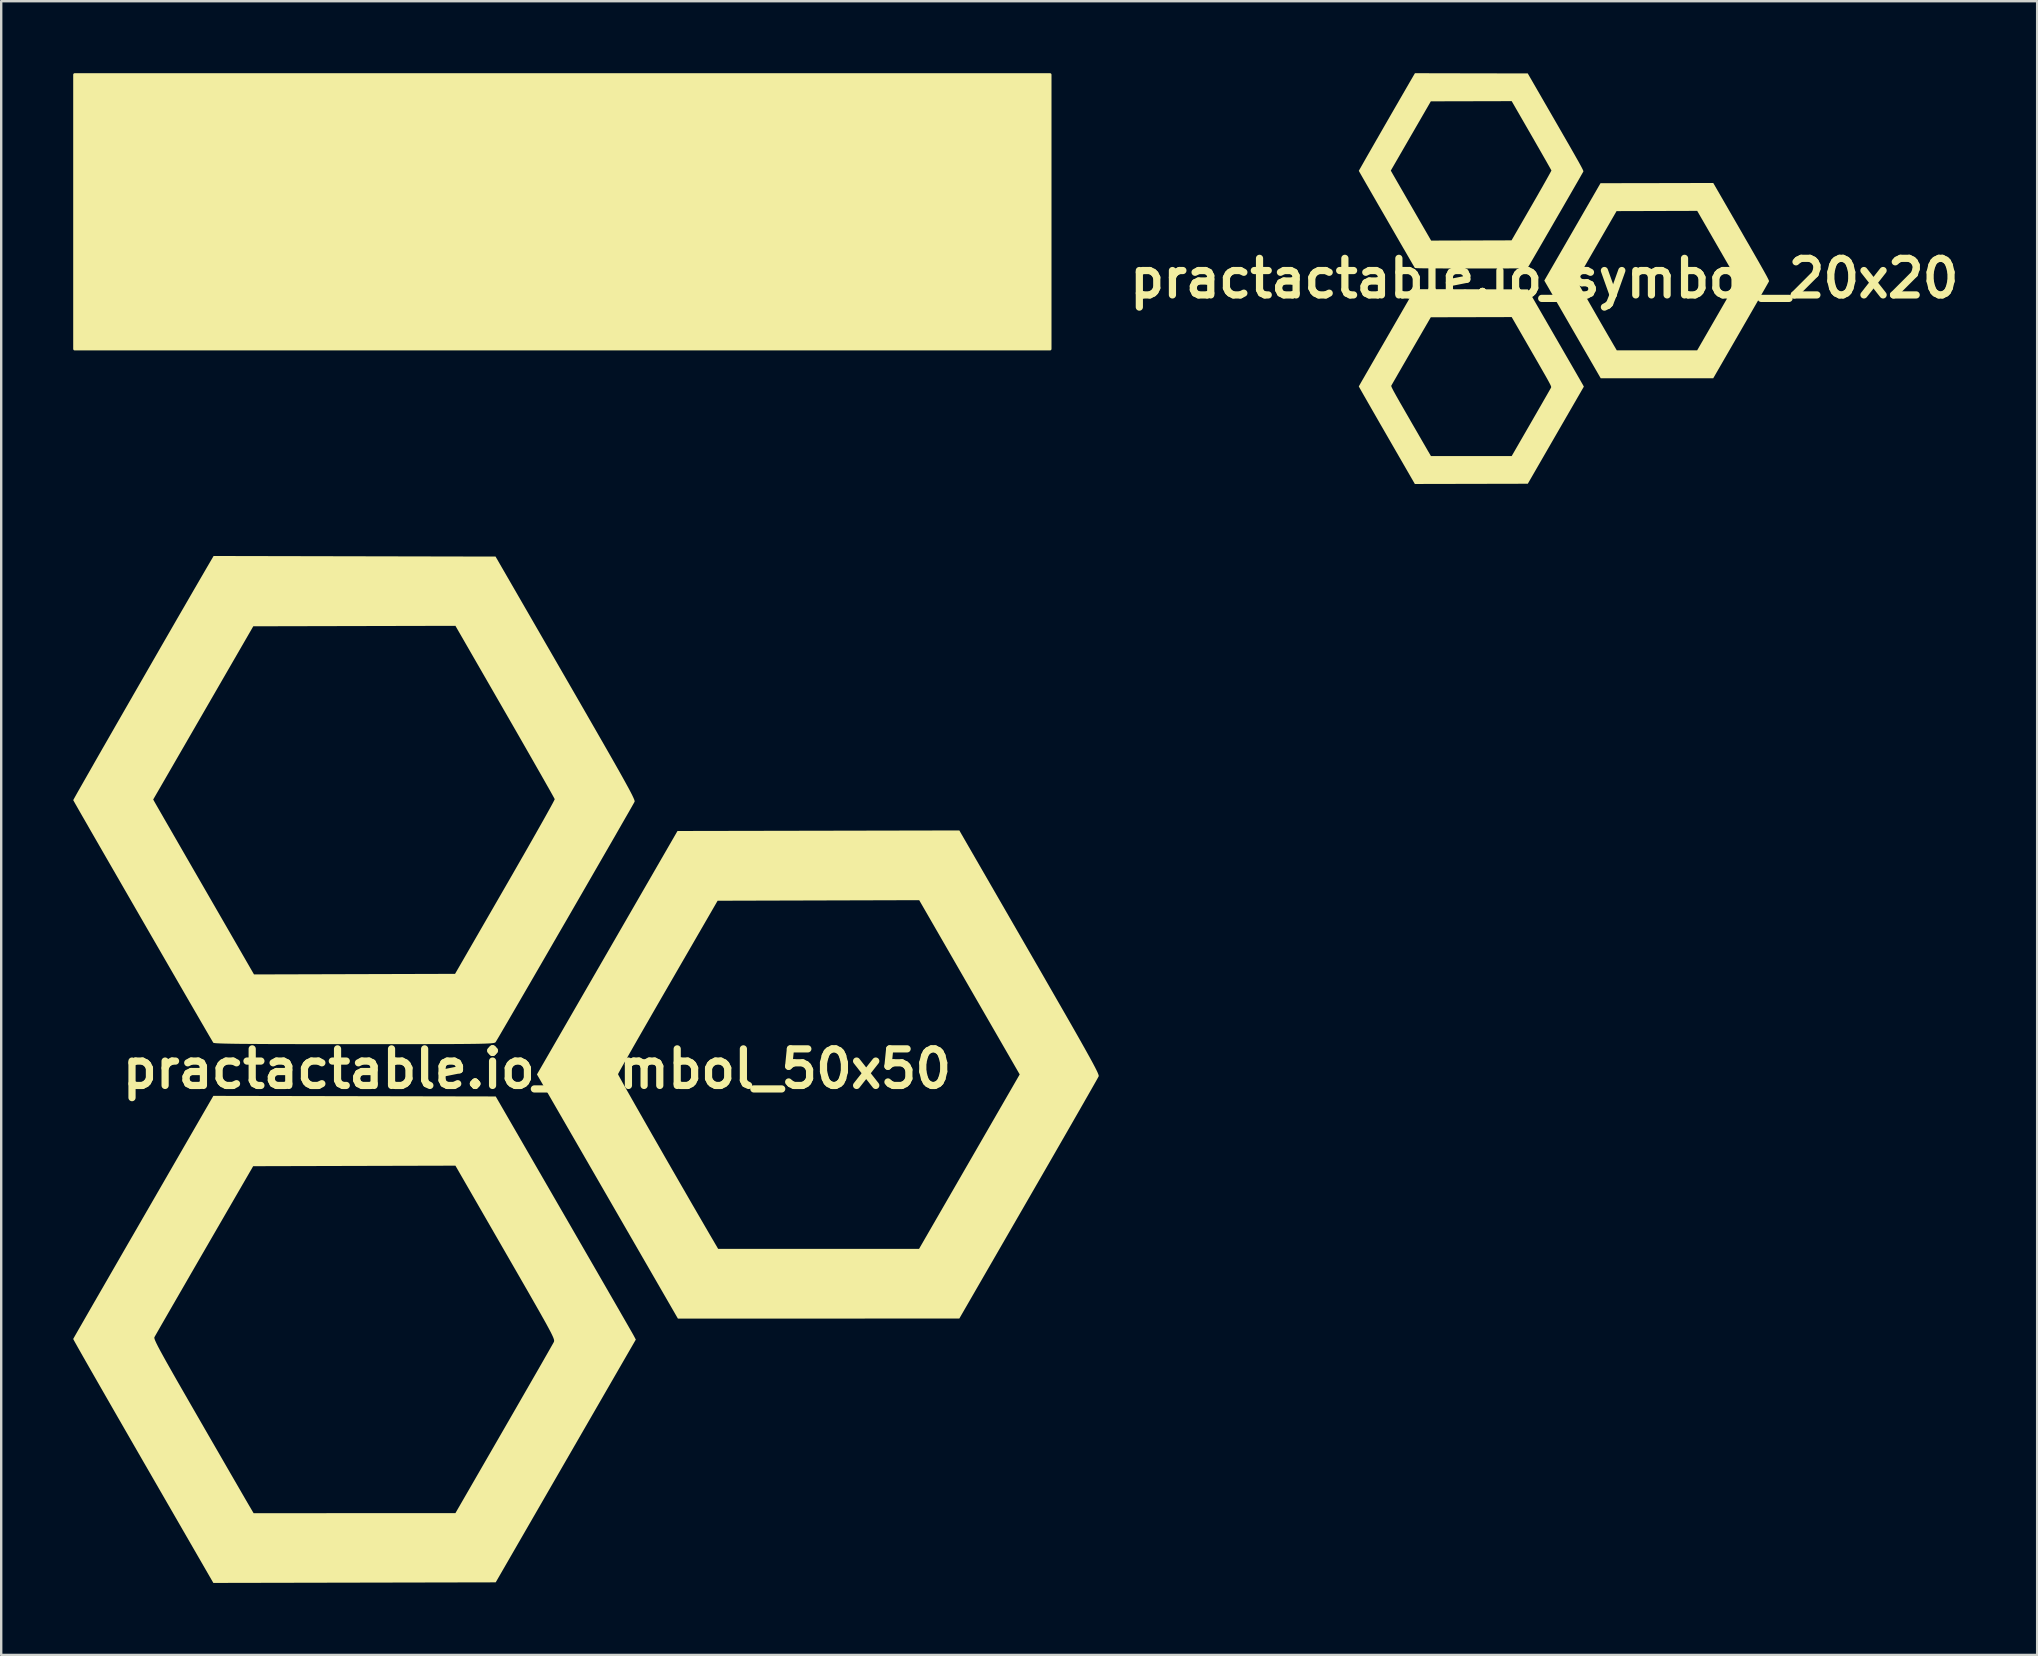
<source format=kicad_pcb>
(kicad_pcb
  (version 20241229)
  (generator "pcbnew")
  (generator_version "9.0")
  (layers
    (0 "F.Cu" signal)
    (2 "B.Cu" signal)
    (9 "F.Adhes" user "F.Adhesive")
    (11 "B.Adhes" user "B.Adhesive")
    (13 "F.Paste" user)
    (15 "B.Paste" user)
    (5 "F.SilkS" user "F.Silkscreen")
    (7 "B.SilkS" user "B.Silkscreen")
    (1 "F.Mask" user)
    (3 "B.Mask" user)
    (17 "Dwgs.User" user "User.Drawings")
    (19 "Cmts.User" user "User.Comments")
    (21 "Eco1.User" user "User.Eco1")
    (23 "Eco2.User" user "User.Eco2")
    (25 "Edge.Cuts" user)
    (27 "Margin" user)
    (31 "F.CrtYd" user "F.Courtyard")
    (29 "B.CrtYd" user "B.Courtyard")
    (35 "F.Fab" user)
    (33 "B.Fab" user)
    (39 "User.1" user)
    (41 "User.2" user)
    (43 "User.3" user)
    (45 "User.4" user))
  (footprint "practactable.io_symbol_20x20"
    (layer "F.Cu")
    (at 61.293 8.548)
    (property "Reference" "practactable.io_symbol_20x20" (at 0 0 0) (layer "F.SilkS") (effects (font (size 1.524 1.524) (thickness 0.3))))
    (attr board_only exclude_from_pos_files exclude_from_bom)
    (fp_poly (pts (xy 8.209 -1.947) (xy 8.383 -1.643) (xy 8.541 -1.371) (xy 8.681 -1.127) (xy 8.804 -0.912) (xy 8.913 -0.722) (xy 9.007 -0.556) (xy 9.088 -0.413) (xy 9.157 -0.291) (xy 9.214 -0.188) (xy 9.26 -0.104) (xy 9.296 -0.035) (xy 9.323 0.019) (xy 9.343 0.06) (xy 9.355 0.089) (xy 9.361 0.109) (xy 9.362 0.121) (xy 9.361 0.123) (xy 9.35 0.144) (xy 9.321 0.196) (xy 9.276 0.276) (xy 9.215 0.383) (xy 9.14 0.514) (xy 9.052 0.668) (xy 8.953 0.841) (xy 8.842 1.034) (xy 8.722 1.242) (xy 8.594 1.465) (xy 8.459 1.7) (xy 8.317 1.945) (xy 8.192 2.163) (xy 7.039 4.161) (xy 4.694 4.161) (xy 2.349 4.161) (xy 1.174 2.127) (xy -0.000391 0.092) (xy 0.002 0.088) (xy 1.351 0.088) (xy 1.36 0.107) (xy 1.386 0.155) (xy 1.428 0.23) (xy 1.484 0.33) (xy 1.552 0.452) (xy 1.632 0.592) (xy 1.721 0.748) (xy 1.818 0.918) (xy 1.921 1.099) (xy 2.03 1.288) (xy 2.141 1.482) (xy 2.254 1.679) (xy 2.367 1.876) (xy 2.479 2.07) (xy 2.588 2.259) (xy 2.693 2.44) (xy 2.792 2.609) (xy 2.882 2.765) (xy 2.918 2.826) (xy 3.019 2.999) (xy 6.368 2.999) (xy 7.206 1.546) (xy 8.045 0.092) (xy 6.37 -2.812) (xy 3.01 -2.802) (xy 2.181 -1.368) (xy 2.058 -1.155) (xy 1.94 -0.951) (xy 1.829 -0.759) (xy 1.727 -0.58) (xy 1.634 -0.417) (xy 1.552 -0.273) (xy 1.482 -0.149) (xy 1.425 -0.049) (xy 1.384 0.025) (xy 1.358 0.072) (xy 1.351 0.088) (xy 0.002 0.088) (xy 1.171 -1.936) (xy 2.341 -3.965) (xy 4.69 -3.969) (xy 7.039 -3.974)) (stroke (width 0) (type solid)) (fill yes) (layer "F.SilkS"))
    (fp_poly (pts (xy -3.041 0.455) (xy -0.687 0.459) (xy 0.444 2.418) (xy 0.589 2.669) (xy 0.729 2.911) (xy 0.863 3.144) (xy 0.99 3.364) (xy 1.109 3.569) (xy 1.218 3.758) (xy 1.316 3.928) (xy 1.402 4.078) (xy 1.475 4.205) (xy 1.534 4.308) (xy 1.577 4.383) (xy 1.604 4.43) (xy 1.612 4.444) (xy 1.647 4.511) (xy 0.479 6.534) (xy -0.688 8.557) (xy -3.041 8.562) (xy -5.394 8.567) (xy -6.563 6.54) (xy -6.709 6.286) (xy -6.851 6.041) (xy -6.985 5.807) (xy -7.112 5.586) (xy -7.23 5.38) (xy -7.339 5.19) (xy -7.436 5.02) (xy -7.522 4.87) (xy -7.594 4.743) (xy -7.652 4.641) (xy -7.695 4.565) (xy -7.721 4.518) (xy -7.729 4.501) (xy -7.72 4.484) (xy -7.719 4.483) (xy -6.377 4.483) (xy -6.373 4.502) (xy -6.362 4.531) (xy -6.343 4.572) (xy -6.315 4.627) (xy -6.278 4.699) (xy -6.228 4.789) (xy -6.167 4.899) (xy -6.092 5.032) (xy -6.003 5.189) (xy -5.897 5.372) (xy -5.775 5.585) (xy -5.66 5.784) (xy -5.542 5.99) (xy -5.427 6.189) (xy -5.316 6.38) (xy -5.213 6.559) (xy -5.118 6.724) (xy -5.033 6.871) (xy -4.959 6.998) (xy -4.899 7.102) (xy -4.855 7.179) (xy -4.827 7.227) (xy -4.824 7.231) (xy -4.723 7.404) (xy -1.359 7.403) (xy -0.553 6.006) (xy -0.431 5.794) (xy -0.314 5.591) (xy -0.204 5.399) (xy -0.101 5.221) (xy -0.008 5.058) (xy 0.075 4.914) (xy 0.146 4.79) (xy 0.203 4.69) (xy 0.245 4.616) (xy 0.271 4.569) (xy 0.279 4.555) (xy 0.283 4.545) (xy 0.286 4.534) (xy 0.285 4.519) (xy 0.279 4.499) (xy 0.269 4.471) (xy 0.252 4.433) (xy 0.227 4.384) (xy 0.194 4.321) (xy 0.151 4.242) (xy 0.097 4.145) (xy 0.031 4.028) (xy -0.049 3.889) (xy -0.142 3.726) (xy -0.251 3.536) (xy -0.376 3.319) (xy -0.519 3.071) (xy -0.527 3.057) (xy -1.359 1.613) (xy -4.73 1.621) (xy -5.544 3.027) (xy -5.666 3.239) (xy -5.783 3.442) (xy -5.894 3.633) (xy -5.996 3.811) (xy -6.09 3.973) (xy -6.172 4.117) (xy -6.243 4.239) (xy -6.3 4.338) (xy -6.342 4.412) (xy -6.368 4.457) (xy -6.376 4.472) (xy -6.377 4.483) (xy -7.719 4.483) (xy -7.692 4.436) (xy -7.649 4.359) (xy -7.59 4.256) (xy -7.516 4.129) (xy -7.43 3.979) (xy -7.331 3.808) (xy -7.222 3.618) (xy -7.103 3.412) (xy -6.976 3.19) (xy -6.841 2.956) (xy -6.699 2.711) (xy -6.56 2.47) (xy -5.394 0.45)) (stroke (width 0) (type solid)) (fill yes) (layer "F.SilkS"))
    (fp_poly (pts (xy -3.04 -8.543) (xy -0.69 -8.539) (xy 0.478 -6.515) (xy 0.653 -6.212) (xy 0.809 -5.94) (xy 0.949 -5.698) (xy 1.073 -5.483) (xy 1.181 -5.293) (xy 1.275 -5.128) (xy 1.355 -4.986) (xy 1.424 -4.865) (xy 1.48 -4.763) (xy 1.526 -4.679) (xy 1.562 -4.611) (xy 1.589 -4.557) (xy 1.608 -4.517) (xy 1.621 -4.487) (xy 1.627 -4.467) (xy 1.628 -4.455) (xy 1.627 -4.453) (xy 1.61 -4.422) (xy 1.576 -4.363) (xy 1.527 -4.277) (xy 1.464 -4.166) (xy 1.388 -4.033) (xy 1.3 -3.881) (xy 1.203 -3.712) (xy 1.097 -3.528) (xy 0.984 -3.332) (xy 0.865 -3.126) (xy 0.742 -2.912) (xy 0.615 -2.694) (xy 0.487 -2.473) (xy 0.359 -2.251) (xy 0.233 -2.032) (xy 0.108 -1.817) (xy -0.012 -1.609) (xy -0.127 -1.411) (xy -0.235 -1.224) (xy -0.335 -1.052) (xy -0.426 -0.896) (xy -0.505 -0.76) (xy -0.572 -0.645) (xy -0.626 -0.553) (xy -0.664 -0.488) (xy -0.686 -0.452) (xy -0.69 -0.445) (xy -0.696 -0.44) (xy -0.705 -0.436) (xy -0.721 -0.432) (xy -0.744 -0.429) (xy -0.778 -0.426) (xy -0.823 -0.423) (xy -0.881 -0.421) (xy -0.956 -0.419) (xy -1.048 -0.417) (xy -1.159 -0.416) (xy -1.292 -0.415) (xy -1.449 -0.414) (xy -1.631 -0.413) (xy -1.841 -0.413) (xy -2.08 -0.413) (xy -2.35 -0.413) (xy -2.653 -0.412) (xy -2.992 -0.412) (xy -3.047 -0.412) (xy -3.404 -0.412) (xy -3.726 -0.413) (xy -4.013 -0.413) (xy -4.268 -0.414) (xy -4.492 -0.414) (xy -4.686 -0.415) (xy -4.854 -0.417) (xy -4.995 -0.418) (xy -5.111 -0.42) (xy -5.206 -0.422) (xy -5.279 -0.424) (xy -5.333 -0.427) (xy -5.369 -0.43) (xy -5.389 -0.433) (xy -5.394 -0.436) (xy -5.405 -0.454) (xy -5.434 -0.503) (xy -5.479 -0.579) (xy -5.538 -0.681) (xy -5.61 -0.805) (xy -5.694 -0.95) (xy -5.788 -1.113) (xy -5.892 -1.291) (xy -6.003 -1.483) (xy -6.12 -1.686) (xy -6.242 -1.897) (xy -6.367 -2.114) (xy -6.495 -2.335) (xy -6.623 -2.558) (xy -6.751 -2.779) (xy -6.877 -2.996) (xy -6.999 -3.208) (xy -7.116 -3.412) (xy -7.228 -3.605) (xy -7.331 -3.785) (xy -7.426 -3.949) (xy -7.51 -4.096) (xy -7.583 -4.223) (xy -7.642 -4.326) (xy -7.687 -4.405) (xy -7.716 -4.457) (xy -7.728 -4.478) (xy -7.729 -4.479) (xy -7.723 -4.49) (xy -6.396 -4.49) (xy -6.364 -4.433) (xy -6.35 -4.409) (xy -6.319 -4.354) (xy -6.272 -4.272) (xy -6.21 -4.165) (xy -6.136 -4.036) (xy -6.049 -3.886) (xy -5.953 -3.718) (xy -5.847 -3.536) (xy -5.735 -3.34) (xy -5.616 -3.134) (xy -5.525 -2.976) (xy -4.716 -1.574) (xy -3.041 -1.579) (xy -1.365 -1.584) (xy -0.532 -3.027) (xy -0.409 -3.241) (xy -0.291 -3.446) (xy -0.181 -3.64) (xy -0.078 -3.819) (xy 0.014 -3.983) (xy 0.096 -4.128) (xy 0.166 -4.253) (xy 0.222 -4.354) (xy 0.263 -4.43) (xy 0.288 -4.478) (xy 0.296 -4.495) (xy 0.286 -4.515) (xy 0.258 -4.564) (xy 0.215 -4.642) (xy 0.157 -4.744) (xy 0.086 -4.87) (xy 0.002 -5.017) (xy -0.092 -5.181) (xy -0.195 -5.362) (xy -0.307 -5.556) (xy -0.424 -5.761) (xy -0.534 -5.952) (xy -1.359 -7.384) (xy -3.044 -7.38) (xy -4.728 -7.376) (xy -5.562 -5.933) (xy -6.396 -4.49) (xy -7.723 -4.49) (xy -7.72 -4.496) (xy -7.694 -4.543) (xy -7.651 -4.618) (xy -7.594 -4.719) (xy -7.524 -4.842) (xy -7.442 -4.987) (xy -7.349 -5.15) (xy -7.246 -5.329) (xy -7.136 -5.521) (xy -7.019 -5.726) (xy -6.896 -5.939) (xy -6.77 -6.159) (xy -6.641 -6.384) (xy -6.51 -6.611) (xy -6.38 -6.837) (xy -6.251 -7.061) (xy -6.124 -7.28) (xy -6.002 -7.492) (xy -5.885 -7.694) (xy -5.775 -7.885) (xy -5.673 -8.061) (xy -5.581 -8.22) (xy -5.499 -8.361) (xy -5.475 -8.403) (xy -5.39 -8.548)) (stroke (width 0) (type solid)) (fill yes) (layer "F.SilkS")))
  (footprint "practactable.io_symbol_50x50"
    (layer "F.Cu")
    (at 19.323 41.485)
    (property "Reference" "practactable.io_symbol_50x50" (at 0 0 0) (layer "F.SilkS") (effects (font (size 1.524 1.524) (thickness 0.3))))
    (attr board_only exclude_from_pos_files exclude_from_bom)
    (fp_poly (pts (xy 20.521 -4.867) (xy 20.959 -4.109) (xy 21.351 -3.427) (xy 21.701 -2.818) (xy 22.011 -2.279) (xy 22.283 -1.804) (xy 22.519 -1.39) (xy 22.721 -1.032) (xy 22.892 -0.727) (xy 23.034 -0.471) (xy 23.149 -0.26) (xy 23.24 -0.088) (xy 23.308 0.046) (xy 23.357 0.149) (xy 23.387 0.223) (xy 23.403 0.273) (xy 23.405 0.302) (xy 23.403 0.307) (xy 23.375 0.361) (xy 23.303 0.49) (xy 23.189 0.691) (xy 23.037 0.958) (xy 22.85 1.285) (xy 22.631 1.669) (xy 22.382 2.103) (xy 22.106 2.584) (xy 21.806 3.105) (xy 21.486 3.662) (xy 21.147 4.25) (xy 20.793 4.864) (xy 20.479 5.408) (xy 17.597 10.401) (xy 11.735 10.403) (xy 5.872 10.404) (xy -0.001 0.23) (xy 0.005 0.22) (xy 3.377 0.22) (xy 3.399 0.267) (xy 3.465 0.388) (xy 3.569 0.576) (xy 3.709 0.826) (xy 3.881 1.129) (xy 4.08 1.48) (xy 4.303 1.871) (xy 4.545 2.296) (xy 4.803 2.748) (xy 5.074 3.22) (xy 5.352 3.706) (xy 5.635 4.198) (xy 5.919 4.691) (xy 6.199 5.176) (xy 6.471 5.648) (xy 6.733 6.099) (xy 6.979 6.523) (xy 7.206 6.914) (xy 7.295 7.065) (xy 7.548 7.498) (xy 15.919 7.498) (xy 20.112 0.23) (xy 18.018 -3.4) (xy 15.925 -7.03) (xy 11.725 -7.018) (xy 7.526 -7.006) (xy 5.453 -3.421) (xy 5.145 -2.888) (xy 4.851 -2.378) (xy 4.574 -1.896) (xy 4.317 -1.449) (xy 4.084 -1.042) (xy 3.879 -0.682) (xy 3.704 -0.374) (xy 3.563 -0.123) (xy 3.459 0.063) (xy 3.396 0.18) (xy 3.377 0.22) (xy 0.005 0.22) (xy 5.854 -9.912) (xy 11.725 -9.923) (xy 17.597 -9.935)) (stroke (width 0) (type solid)) (fill yes) (layer "F.SilkS"))
    (fp_poly (pts (xy -7.601 1.136) (xy -1.719 1.148) (xy 1.111 6.045) (xy 1.473 6.672) (xy 1.823 7.279) (xy 2.158 7.859) (xy 2.476 8.409) (xy 2.772 8.923) (xy 3.044 9.395) (xy 3.29 9.821) (xy 3.505 10.195) (xy 3.688 10.513) (xy 3.835 10.769) (xy 3.943 10.958) (xy 4.009 11.074) (xy 4.029 11.11) (xy 4.118 11.278) (xy 1.199 16.335) (xy -1.72 21.393) (xy -7.602 21.405) (xy -13.484 21.417) (xy -16.408 16.349) (xy -16.774 15.714) (xy -17.126 15.102) (xy -17.463 14.517) (xy -17.78 13.965) (xy -18.076 13.449) (xy -18.347 12.976) (xy -18.591 12.55) (xy -18.805 12.175) (xy -18.986 11.857) (xy -19.131 11.601) (xy -19.237 11.412) (xy -19.302 11.294) (xy -19.323 11.252) (xy -19.299 11.209) (xy -19.298 11.207) (xy -15.943 11.207) (xy -15.933 11.255) (xy -15.905 11.327) (xy -15.858 11.43) (xy -15.789 11.568) (xy -15.694 11.747) (xy -15.571 11.972) (xy -15.418 12.247) (xy -15.23 12.579) (xy -15.007 12.972) (xy -14.743 13.431) (xy -14.438 13.962) (xy -14.151 14.46) (xy -13.855 14.974) (xy -13.567 15.473) (xy -13.291 15.95) (xy -13.032 16.399) (xy -12.795 16.81) (xy -12.582 17.178) (xy -12.398 17.496) (xy -12.249 17.754) (xy -12.137 17.947) (xy -12.067 18.068) (xy -12.061 18.078) (xy -11.807 18.511) (xy -7.602 18.51) (xy -3.398 18.508) (xy -1.382 15.014) (xy -1.078 14.486) (xy -0.786 13.979) (xy -0.51 13.499) (xy -0.253 13.052) (xy -0.019 12.646) (xy 0.188 12.285) (xy 0.364 11.976) (xy 0.507 11.726) (xy 0.613 11.539) (xy 0.678 11.424) (xy 0.698 11.387) (xy 0.709 11.362) (xy 0.714 11.334) (xy 0.712 11.297) (xy 0.698 11.247) (xy 0.672 11.177) (xy 0.629 11.083) (xy 0.568 10.96) (xy 0.484 10.802) (xy 0.377 10.604) (xy 0.241 10.362) (xy 0.076 10.069) (xy -0.122 9.722) (xy -0.355 9.314) (xy -0.627 8.841) (xy -0.94 8.297) (xy -1.297 7.678) (xy -1.317 7.643) (xy -3.398 4.032) (xy -7.611 4.043) (xy -11.825 4.054) (xy -13.859 7.568) (xy -14.165 8.097) (xy -14.458 8.604) (xy -14.734 9.083) (xy -14.991 9.528) (xy -15.225 9.933) (xy -15.431 10.291) (xy -15.608 10.598) (xy -15.75 10.846) (xy -15.855 11.03) (xy -15.92 11.144) (xy -15.94 11.18) (xy -15.943 11.207) (xy -19.298 11.207) (xy -19.231 11.089) (xy -19.122 10.898) (xy -18.974 10.641) (xy -18.791 10.322) (xy -18.575 9.946) (xy -18.329 9.519) (xy -18.055 9.045) (xy -17.758 8.529) (xy -17.439 7.976) (xy -17.102 7.391) (xy -16.748 6.779) (xy -16.399 6.174) (xy -13.484 1.124)) (stroke (width 0) (type solid)) (fill yes) (layer "F.SilkS"))
    (fp_poly (pts (xy -7.6 -21.358) (xy -1.726 -21.346) (xy 1.195 -16.287) (xy 1.632 -15.53) (xy 2.023 -14.851) (xy 2.372 -14.244) (xy 2.681 -13.706) (xy 2.952 -13.233) (xy 3.187 -12.821) (xy 3.389 -12.465) (xy 3.559 -12.162) (xy 3.7 -11.907) (xy 3.815 -11.697) (xy 3.905 -11.527) (xy 3.973 -11.393) (xy 4.021 -11.291) (xy 4.052 -11.218) (xy 4.067 -11.168) (xy 4.069 -11.139) (xy 4.067 -11.132) (xy 4.025 -11.056) (xy 3.941 -10.907) (xy 3.818 -10.691) (xy 3.659 -10.415) (xy 3.469 -10.084) (xy 3.251 -9.703) (xy 3.007 -9.28) (xy 2.742 -8.821) (xy 2.459 -8.33) (xy 2.162 -7.815) (xy 1.854 -7.281) (xy 1.538 -6.734) (xy 1.219 -6.181) (xy 0.898 -5.628) (xy 0.581 -5.079) (xy 0.271 -4.542) (xy -0.03 -4.023) (xy -0.317 -3.527) (xy -0.588 -3.061) (xy -0.838 -2.63) (xy -1.064 -2.241) (xy -1.263 -1.899) (xy -1.431 -1.612) (xy -1.564 -1.383) (xy -1.66 -1.221) (xy -1.714 -1.13) (xy -1.725 -1.113) (xy -1.739 -1.101) (xy -1.763 -1.09) (xy -1.802 -1.08) (xy -1.861 -1.072) (xy -1.944 -1.064) (xy -2.056 -1.058) (xy -2.203 -1.052) (xy -2.389 -1.047) (xy -2.619 -1.043) (xy -2.898 -1.04) (xy -3.231 -1.037) (xy -3.623 -1.035) (xy -4.078 -1.034) (xy -4.602 -1.033) (xy -5.199 -1.032) (xy -5.874 -1.031) (xy -6.633 -1.031) (xy -7.48 -1.031) (xy -7.617 -1.031) (xy -8.51 -1.031) (xy -9.314 -1.032) (xy -10.033 -1.033) (xy -10.67 -1.034) (xy -11.229 -1.036) (xy -11.716 -1.039) (xy -12.134 -1.042) (xy -12.487 -1.045) (xy -12.779 -1.05) (xy -13.014 -1.055) (xy -13.197 -1.061) (xy -13.332 -1.067) (xy -13.422 -1.075) (xy -13.472 -1.083) (xy -13.485 -1.09) (xy -13.514 -1.136) (xy -13.585 -1.258) (xy -13.697 -1.448) (xy -13.844 -1.702) (xy -14.025 -2.013) (xy -14.235 -2.375) (xy -14.471 -2.782) (xy -14.729 -3.228) (xy -15.007 -3.708) (xy -15.3 -4.215) (xy -15.605 -4.743) (xy -15.919 -5.286) (xy -16.238 -5.838) (xy -16.559 -6.394) (xy -16.878 -6.947) (xy -17.192 -7.491) (xy -17.497 -8.021) (xy -17.791 -8.53) (xy -18.069 -9.012) (xy -18.328 -9.462) (xy -18.565 -9.873) (xy -18.775 -10.24) (xy -18.957 -10.556) (xy -19.106 -10.816) (xy -19.218 -11.013) (xy -19.291 -11.142) (xy -19.321 -11.196) (xy -19.321 -11.197) (xy -19.308 -11.224) (xy -15.99 -11.224) (xy -15.911 -11.083) (xy -15.876 -11.022) (xy -15.798 -10.886) (xy -15.68 -10.681) (xy -15.526 -10.413) (xy -15.339 -10.089) (xy -15.123 -9.714) (xy -14.882 -9.296) (xy -14.619 -8.839) (xy -14.337 -8.35) (xy -14.04 -7.836) (xy -13.811 -7.439) (xy -11.79 -3.936) (xy -7.602 -3.948) (xy -3.413 -3.96) (xy -1.331 -7.568) (xy -1.023 -8.103) (xy -0.729 -8.616) (xy -0.452 -9.099) (xy -0.196 -9.549) (xy 0.036 -9.958) (xy 0.241 -10.321) (xy 0.415 -10.632) (xy 0.555 -10.885) (xy 0.658 -11.074) (xy 0.72 -11.194) (xy 0.739 -11.238) (xy 0.714 -11.287) (xy 0.646 -11.411) (xy 0.538 -11.604) (xy 0.392 -11.861) (xy 0.214 -12.175) (xy 0.005 -12.541) (xy -0.23 -12.953) (xy -0.488 -13.404) (xy -0.766 -13.89) (xy -1.061 -14.403) (xy -1.336 -14.88) (xy -3.398 -18.46) (xy -11.82 -18.441) (xy -13.905 -14.832) (xy -15.99 -11.224) (xy -19.308 -11.224) (xy -19.3 -11.24) (xy -19.234 -11.358) (xy -19.129 -11.546) (xy -18.986 -11.797) (xy -18.81 -12.106) (xy -18.604 -12.467) (xy -18.372 -12.874) (xy -18.116 -13.322) (xy -17.839 -13.804) (xy -17.547 -14.314) (xy -17.24 -14.848) (xy -16.924 -15.398) (xy -16.601 -15.96) (xy -16.275 -16.526) (xy -15.949 -17.093) (xy -15.627 -17.653) (xy -15.311 -18.2) (xy -15.006 -18.73) (xy -14.713 -19.236) (xy -14.438 -19.712) (xy -14.183 -20.152) (xy -13.951 -20.551) (xy -13.747 -20.903) (xy -13.686 -21.007) (xy -13.474 -21.37)) (stroke (width 0) (type solid)) (fill yes) (layer "F.SilkS")))
  (footprint "practactable.io_symbol_10x10"
    (layer "F.Cu")
    (at 20.38 5.14)
    (property "Reference" "practactable.io_symbol_10x10" (at 0 0 0) (layer "F.SilkS") (effects (font (size 1.524 1.524) (thickness 0.3))))
    (attr board_only exclude_from_pos_files exclude_from_bom)
    (fp_rect (start -20.32 -5.08) (end 20.32 6.35) (stroke (width 0.12) (type solid)) (fill yes) (layer "F.SilkS")))
  (gr_rect
    (start -3 -3)
    (end 81.827 65.902)
    (stroke (width 0.1) (type default))
    (fill no)
    (layer "Edge.Cuts")))
</source>
